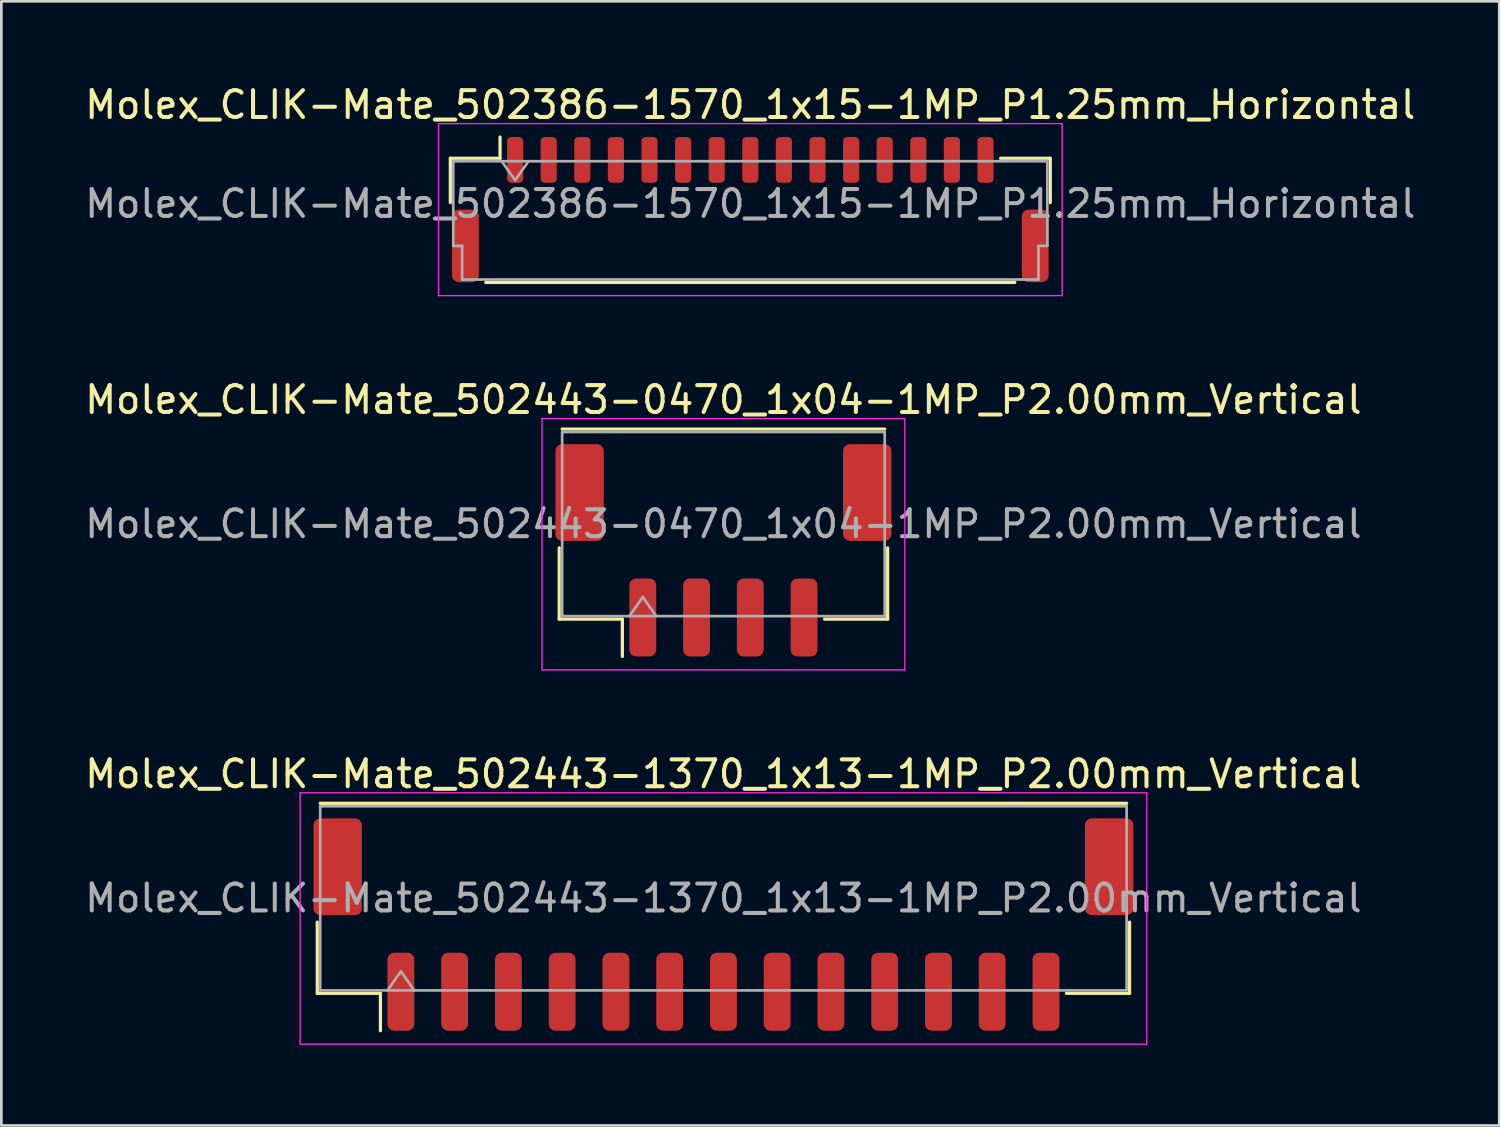
<source format=kicad_pcb>
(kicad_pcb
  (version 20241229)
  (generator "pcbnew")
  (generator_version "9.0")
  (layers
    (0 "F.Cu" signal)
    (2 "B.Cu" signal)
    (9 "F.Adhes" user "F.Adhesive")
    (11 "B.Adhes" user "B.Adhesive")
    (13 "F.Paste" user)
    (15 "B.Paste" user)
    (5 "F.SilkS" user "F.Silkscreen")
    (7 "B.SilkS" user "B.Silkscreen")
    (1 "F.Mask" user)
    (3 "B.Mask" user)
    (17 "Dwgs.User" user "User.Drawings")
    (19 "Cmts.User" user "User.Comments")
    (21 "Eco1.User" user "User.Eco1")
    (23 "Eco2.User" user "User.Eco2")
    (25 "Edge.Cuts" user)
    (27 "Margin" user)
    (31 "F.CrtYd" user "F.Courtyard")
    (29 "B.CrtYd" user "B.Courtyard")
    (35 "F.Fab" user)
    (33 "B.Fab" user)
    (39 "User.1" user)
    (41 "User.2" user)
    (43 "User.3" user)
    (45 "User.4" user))
  (footprint "Molex_CLIK-Mate_502443-0470_1x04-1MP_P2.00mm_Vertical"
    (layer "F.Cu")
    (at 23.863 17.422)
    (property "Reference" "Molex_CLIK-Mate_502443-0470_1x04-1MP_P2.00mm_Vertical" (at 0 -5.6 0) (layer "F.SilkS") (effects (font (size 1 1) (thickness 0.15))))
    (attr smd)
    (fp_line (start -6.11 -0.09) (end -6.11 2.56) (stroke (width 0.12) (type solid)) (layer "F.SilkS"))
    (fp_line (start -6.11 2.56) (end -3.76 2.56) (stroke (width 0.12) (type solid)) (layer "F.SilkS"))
    (fp_line (start -6 -4.51) (end 6 -4.51) (stroke (width 0.12) (type solid)) (layer "F.SilkS"))
    (fp_line (start -3.76 2.56) (end -3.76 3.95) (stroke (width 0.12) (type solid)) (layer "F.SilkS"))
    (fp_line (start 6.11 -0.09) (end 6.11 2.56) (stroke (width 0.12) (type solid)) (layer "F.SilkS"))
    (fp_line (start 6.11 2.56) (end 3.76 2.56) (stroke (width 0.12) (type solid)) (layer "F.SilkS"))
    (fp_line (start -6.75 -4.9) (end -6.75 4.45) (stroke (width 0.05) (type solid)) (layer "F.CrtYd"))
    (fp_line (start -6.75 4.45) (end 6.75 4.45) (stroke (width 0.05) (type solid)) (layer "F.CrtYd"))
    (fp_line (start 6.75 -4.9) (end -6.75 -4.9) (stroke (width 0.05) (type solid)) (layer "F.CrtYd"))
    (fp_line (start 6.75 4.45) (end 6.75 -4.9) (stroke (width 0.05) (type solid)) (layer "F.CrtYd"))
    (fp_line (start -6 -4.4) (end 6 -4.4) (stroke (width 0.1) (type solid)) (layer "F.Fab"))
    (fp_line (start -6 2.45) (end -6 -4.4) (stroke (width 0.1) (type solid)) (layer "F.Fab"))
    (fp_line (start -6 2.45) (end 6 2.45) (stroke (width 0.1) (type solid)) (layer "F.Fab"))
    (fp_line (start -3.5 2.45) (end -3 1.743) (stroke (width 0.1) (type solid)) (layer "F.Fab"))
    (fp_line (start -3 1.743) (end -2.5 2.45) (stroke (width 0.1) (type solid)) (layer "F.Fab"))
    (fp_line (start 6 2.45) (end 6 -4.4) (stroke (width 0.1) (type solid)) (layer "F.Fab"))
    (fp_text user "${REFERENCE}" (at 0 -0.98 0) (layer "F.Fab") (effects (font (size 1 1) (thickness 0.15))))
    (pad "1" smd roundrect (at -3 2.5) (size 1 2.9) (layers "F.Cu" "F.Mask" "F.Paste") (roundrect_rratio 0.25))
    (pad "2" smd roundrect (at -1 2.5) (size 1 2.9) (layers "F.Cu" "F.Mask" "F.Paste") (roundrect_rratio 0.25))
    (pad "3" smd roundrect (at 1 2.5) (size 1 2.9) (layers "F.Cu" "F.Mask" "F.Paste") (roundrect_rratio 0.25))
    (pad "4" smd roundrect (at 3 2.5) (size 1 2.9) (layers "F.Cu" "F.Mask" "F.Paste") (roundrect_rratio 0.25))
    (pad "MP" smd roundrect (at -5.35 -2.15) (size 1.8 3.6) (layers "F.Cu" "F.Mask" "F.Paste") (roundrect_rratio 0.139))
    (pad "MP" smd roundrect (at 5.35 -2.15) (size 1.8 3.6) (layers "F.Cu" "F.Mask" "F.Paste") (roundrect_rratio 0.139)))
  (footprint "Molex_CLIK-Mate_502443-1370_1x13-1MP_P2.00mm_Vertical"
    (layer "F.Cu")
    (at 23.863 31.345)
    (property "Reference" "Molex_CLIK-Mate_502443-1370_1x13-1MP_P2.00mm_Vertical" (at 0 -5.6 0) (layer "F.SilkS") (effects (font (size 1 1) (thickness 0.15))))
    (attr smd)
    (fp_line (start -15.11 -0.09) (end -15.11 2.56) (stroke (width 0.12) (type solid)) (layer "F.SilkS"))
    (fp_line (start -15.11 2.56) (end -12.76 2.56) (stroke (width 0.12) (type solid)) (layer "F.SilkS"))
    (fp_line (start -15 -4.51) (end 15 -4.51) (stroke (width 0.12) (type solid)) (layer "F.SilkS"))
    (fp_line (start -12.76 2.56) (end -12.76 3.95) (stroke (width 0.12) (type solid)) (layer "F.SilkS"))
    (fp_line (start 15.11 -0.09) (end 15.11 2.56) (stroke (width 0.12) (type solid)) (layer "F.SilkS"))
    (fp_line (start 15.11 2.56) (end 12.76 2.56) (stroke (width 0.12) (type solid)) (layer "F.SilkS"))
    (fp_line (start -15.75 -4.9) (end -15.75 4.45) (stroke (width 0.05) (type solid)) (layer "F.CrtYd"))
    (fp_line (start -15.75 4.45) (end 15.75 4.45) (stroke (width 0.05) (type solid)) (layer "F.CrtYd"))
    (fp_line (start 15.75 -4.9) (end -15.75 -4.9) (stroke (width 0.05) (type solid)) (layer "F.CrtYd"))
    (fp_line (start 15.75 4.45) (end 15.75 -4.9) (stroke (width 0.05) (type solid)) (layer "F.CrtYd"))
    (fp_line (start -15 -4.4) (end 15 -4.4) (stroke (width 0.1) (type solid)) (layer "F.Fab"))
    (fp_line (start -15 2.45) (end -15 -4.4) (stroke (width 0.1) (type solid)) (layer "F.Fab"))
    (fp_line (start -15 2.45) (end 15 2.45) (stroke (width 0.1) (type solid)) (layer "F.Fab"))
    (fp_line (start -12.5 2.45) (end -12 1.743) (stroke (width 0.1) (type solid)) (layer "F.Fab"))
    (fp_line (start -12 1.743) (end -11.5 2.45) (stroke (width 0.1) (type solid)) (layer "F.Fab"))
    (fp_line (start 15 2.45) (end 15 -4.4) (stroke (width 0.1) (type solid)) (layer "F.Fab"))
    (fp_text user "${REFERENCE}" (at 0 -0.98 0) (layer "F.Fab") (effects (font (size 1 1) (thickness 0.15))))
    (pad "1" smd roundrect (at -12 2.5) (size 1 2.9) (layers "F.Cu" "F.Mask" "F.Paste") (roundrect_rratio 0.25))
    (pad "2" smd roundrect (at -10 2.5) (size 1 2.9) (layers "F.Cu" "F.Mask" "F.Paste") (roundrect_rratio 0.25))
    (pad "3" smd roundrect (at -8 2.5) (size 1 2.9) (layers "F.Cu" "F.Mask" "F.Paste") (roundrect_rratio 0.25))
    (pad "4" smd roundrect (at -6 2.5) (size 1 2.9) (layers "F.Cu" "F.Mask" "F.Paste") (roundrect_rratio 0.25))
    (pad "5" smd roundrect (at -4 2.5) (size 1 2.9) (layers "F.Cu" "F.Mask" "F.Paste") (roundrect_rratio 0.25))
    (pad "6" smd roundrect (at -2 2.5) (size 1 2.9) (layers "F.Cu" "F.Mask" "F.Paste") (roundrect_rratio 0.25))
    (pad "7" smd roundrect (at 0 2.5) (size 1 2.9) (layers "F.Cu" "F.Mask" "F.Paste") (roundrect_rratio 0.25))
    (pad "8" smd roundrect (at 2 2.5) (size 1 2.9) (layers "F.Cu" "F.Mask" "F.Paste") (roundrect_rratio 0.25))
    (pad "9" smd roundrect (at 4 2.5) (size 1 2.9) (layers "F.Cu" "F.Mask" "F.Paste") (roundrect_rratio 0.25))
    (pad "10" smd roundrect (at 6 2.5) (size 1 2.9) (layers "F.Cu" "F.Mask" "F.Paste") (roundrect_rratio 0.25))
    (pad "11" smd roundrect (at 8 2.5) (size 1 2.9) (layers "F.Cu" "F.Mask" "F.Paste") (roundrect_rratio 0.25))
    (pad "12" smd roundrect (at 10 2.5) (size 1 2.9) (layers "F.Cu" "F.Mask" "F.Paste") (roundrect_rratio 0.25))
    (pad "13" smd roundrect (at 12 2.5) (size 1 2.9) (layers "F.Cu" "F.Mask" "F.Paste") (roundrect_rratio 0.25))
    (pad "MP" smd roundrect (at -14.35 -2.15) (size 1.8 3.6) (layers "F.Cu" "F.Mask" "F.Paste") (roundrect_rratio 0.139))
    (pad "MP" smd roundrect (at 14.35 -2.15) (size 1.8 3.6) (layers "F.Cu" "F.Mask" "F.Paste") (roundrect_rratio 0.139)))
  (footprint "Molex_CLIK-Mate_502386-1570_1x15-1MP_P1.25mm_Horizontal"
    (layer "F.Cu")
    (at 24.863 4.748)
    (property "Reference" "Molex_CLIK-Mate_502386-1570_1x15-1MP_P1.25mm_Horizontal" (at 0 -3.9 0) (layer "F.SilkS") (effects (font (size 1 1) (thickness 0.15))))
    (attr smd)
    (fp_line (start -11.16 -1.91) (end -9.31 -1.91) (stroke (width 0.12) (type solid)) (layer "F.SilkS"))
    (fp_line (start -11.16 -0.26) (end -11.16 -1.91) (stroke (width 0.12) (type solid)) (layer "F.SilkS"))
    (fp_line (start -9.84 2.71) (end 9.84 2.71) (stroke (width 0.12) (type solid)) (layer "F.SilkS"))
    (fp_line (start -9.31 -1.91) (end -9.31 -2.7) (stroke (width 0.12) (type solid)) (layer "F.SilkS"))
    (fp_line (start 11.16 -1.91) (end 9.31 -1.91) (stroke (width 0.12) (type solid)) (layer "F.SilkS"))
    (fp_line (start 11.16 -0.26) (end 11.16 -1.91) (stroke (width 0.12) (type solid)) (layer "F.SilkS"))
    (fp_line (start -11.6 -3.2) (end -11.6 3.2) (stroke (width 0.05) (type solid)) (layer "F.CrtYd"))
    (fp_line (start -11.6 3.2) (end 11.6 3.2) (stroke (width 0.05) (type solid)) (layer "F.CrtYd"))
    (fp_line (start 11.6 -3.2) (end -11.6 -3.2) (stroke (width 0.05) (type solid)) (layer "F.CrtYd"))
    (fp_line (start 11.6 3.2) (end 11.6 -3.2) (stroke (width 0.05) (type solid)) (layer "F.CrtYd"))
    (fp_line (start -11.05 -1.8) (end -11.05 1.35) (stroke (width 0.1) (type solid)) (layer "F.Fab"))
    (fp_line (start -11.05 -1.8) (end 11.05 -1.8) (stroke (width 0.1) (type solid)) (layer "F.Fab"))
    (fp_line (start -11.05 1.35) (end -10.72 1.35) (stroke (width 0.1) (type solid)) (layer "F.Fab"))
    (fp_line (start -10.72 1.35) (end -10.72 2.6) (stroke (width 0.1) (type solid)) (layer "F.Fab"))
    (fp_line (start -10.72 2.6) (end 10.72 2.6) (stroke (width 0.1) (type solid)) (layer "F.Fab"))
    (fp_line (start -9.25 -1.8) (end -8.75 -1.093) (stroke (width 0.1) (type solid)) (layer "F.Fab"))
    (fp_line (start -8.75 -1.093) (end -8.25 -1.8) (stroke (width 0.1) (type solid)) (layer "F.Fab"))
    (fp_line (start 10.72 1.35) (end 11.05 1.35) (stroke (width 0.1) (type solid)) (layer "F.Fab"))
    (fp_line (start 10.72 2.6) (end 10.72 1.35) (stroke (width 0.1) (type solid)) (layer "F.Fab"))
    (fp_line (start 11.05 -1.8) (end 11.05 1.35) (stroke (width 0.1) (type solid)) (layer "F.Fab"))
    (fp_text user "${REFERENCE}" (at 0 -0.22 0) (layer "F.Fab") (effects (font (size 1 1) (thickness 0.15))))
    (pad "1" smd roundrect (at -8.75 -1.85) (size 0.6 1.7) (layers "F.Cu" "F.Mask" "F.Paste") (roundrect_rratio 0.25))
    (pad "2" smd roundrect (at -7.5 -1.85) (size 0.6 1.7) (layers "F.Cu" "F.Mask" "F.Paste") (roundrect_rratio 0.25))
    (pad "3" smd roundrect (at -6.25 -1.85) (size 0.6 1.7) (layers "F.Cu" "F.Mask" "F.Paste") (roundrect_rratio 0.25))
    (pad "4" smd roundrect (at -5 -1.85) (size 0.6 1.7) (layers "F.Cu" "F.Mask" "F.Paste") (roundrect_rratio 0.25))
    (pad "5" smd roundrect (at -3.75 -1.85) (size 0.6 1.7) (layers "F.Cu" "F.Mask" "F.Paste") (roundrect_rratio 0.25))
    (pad "6" smd roundrect (at -2.5 -1.85) (size 0.6 1.7) (layers "F.Cu" "F.Mask" "F.Paste") (roundrect_rratio 0.25))
    (pad "7" smd roundrect (at -1.25 -1.85) (size 0.6 1.7) (layers "F.Cu" "F.Mask" "F.Paste") (roundrect_rratio 0.25))
    (pad "8" smd roundrect (at 0 -1.85) (size 0.6 1.7) (layers "F.Cu" "F.Mask" "F.Paste") (roundrect_rratio 0.25))
    (pad "9" smd roundrect (at 1.25 -1.85) (size 0.6 1.7) (layers "F.Cu" "F.Mask" "F.Paste") (roundrect_rratio 0.25))
    (pad "10" smd roundrect (at 2.5 -1.85) (size 0.6 1.7) (layers "F.Cu" "F.Mask" "F.Paste") (roundrect_rratio 0.25))
    (pad "11" smd roundrect (at 3.75 -1.85) (size 0.6 1.7) (layers "F.Cu" "F.Mask" "F.Paste") (roundrect_rratio 0.25))
    (pad "12" smd roundrect (at 5 -1.85) (size 0.6 1.7) (layers "F.Cu" "F.Mask" "F.Paste") (roundrect_rratio 0.25))
    (pad "13" smd roundrect (at 6.25 -1.85) (size 0.6 1.7) (layers "F.Cu" "F.Mask" "F.Paste") (roundrect_rratio 0.25))
    (pad "14" smd roundrect (at 7.5 -1.85) (size 0.6 1.7) (layers "F.Cu" "F.Mask" "F.Paste") (roundrect_rratio 0.25))
    (pad "15" smd roundrect (at 8.75 -1.85) (size 0.6 1.7) (layers "F.Cu" "F.Mask" "F.Paste") (roundrect_rratio 0.25))
    (pad "MP" smd roundrect (at -10.6 1.35) (size 1 2.7) (layers "F.Cu" "F.Mask" "F.Paste") (roundrect_rratio 0.25))
    (pad "MP" smd roundrect (at 10.6 1.35) (size 1 2.7) (layers "F.Cu" "F.Mask" "F.Paste") (roundrect_rratio 0.25)))
  (gr_rect
    (start -3 -3)
    (end 52.726 38.82)
    (stroke (width 0.1) (type default))
    (fill no)
    (layer "Edge.Cuts")))
</source>
